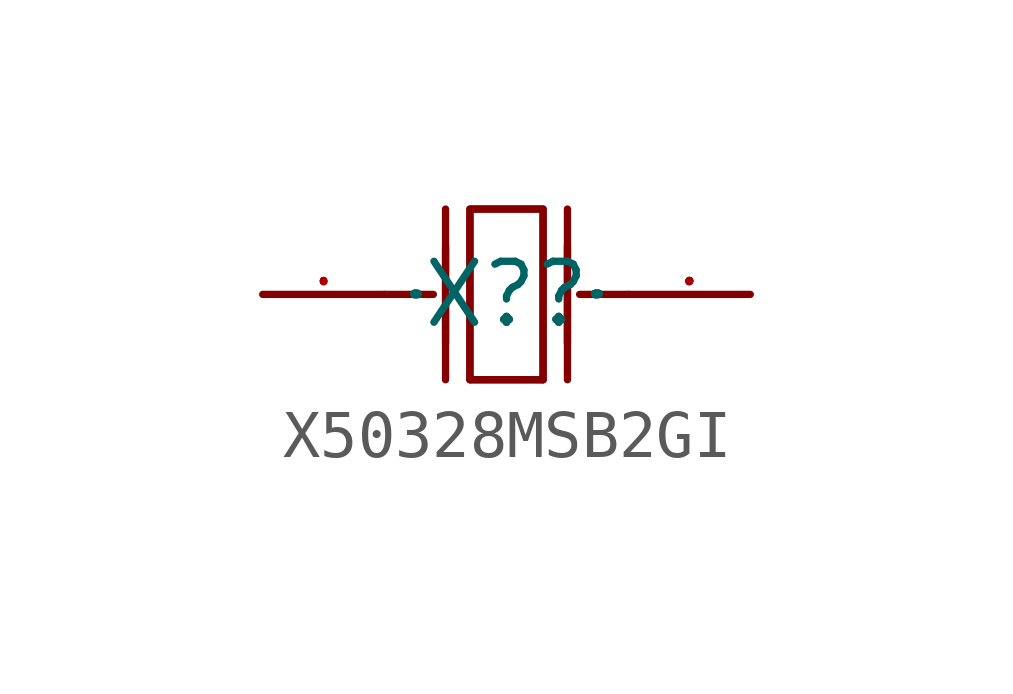
<source format=kicad_sym>
(kicad_symbol_lib
  (version 20231120)
  (generator "kicad_symbol_editor")
  (generator_version "8.0")
  (symbol "X50328MSB2GI"
    (property "Reference" "X?"
      (at 0 0 0)
      (effects (font (size 1.27 1.27))))
    (property "Value" ""
      (at 0 0 0)
      (effects (font (size 1.27 1.27))))
    (symbol "X50328MSB2GI_1_0"
      (polyline (pts (xy -2.54 0) (xy -1.524 0)) (stroke (width 0) (type default)) (fill (type none)))
      (polyline (pts (xy -1.27 -1.778) (xy -1.27 1.778)) (stroke (width 0) (type default)) (fill (type none)))
      (polyline (pts (xy -1.27 -1.016) (xy -1.27 1.016)) (stroke (width 0) (type default)) (fill (type none)))
      (polyline (pts (xy 0.762 -1.778) (xy -0.762 -1.778)) (stroke (width 0) (type default)) (fill (type none)))
      (polyline (pts (xy 1.27 -1.778) (xy 1.27 1.778)) (stroke (width 0) (type default)) (fill (type none)))
      (polyline (pts (xy 1.27 -1.016) (xy 1.27 1.016)) (stroke (width 0) (type default)) (fill (type none)))
      (polyline (pts (xy 2.54 0) (xy 1.524 0)) (stroke (width 0) (type default)) (fill (type none)))
      (polyline (pts (xy -0.762 -1.778) (xy -0.762 1.778) (xy -0.762 1.778) (xy 0.762 1.778) (xy 0.762 1.778) (xy 0.762 -1.778)) (stroke (width 0) (type default)) (fill (type none)))
      (polyline (pts (xy 0.762 1.778) (xy 0.762 -1.778) (xy 0.762 -1.778) (xy -0.762 -1.778) (xy -0.762 -1.778) (xy -0.762 1.778) (xy -0.762 1.778) (xy 0.762 1.778)) (stroke (width 0) (type default)) (fill (type none)))
      (pin input line (at -5.08 0 0) (length 2.54) (name "OSC1" (effects (font (size 0.025 0.025)))) (number "1" (effects (font (size 0.025 0.025)))))
      (pin input line (at 5.08 0 180) (length 2.54) (name "OSC2" (effects (font (size 0.025 0.025)))) (number "2" (effects (font (size 0.025 0.025))))))))
</source>
